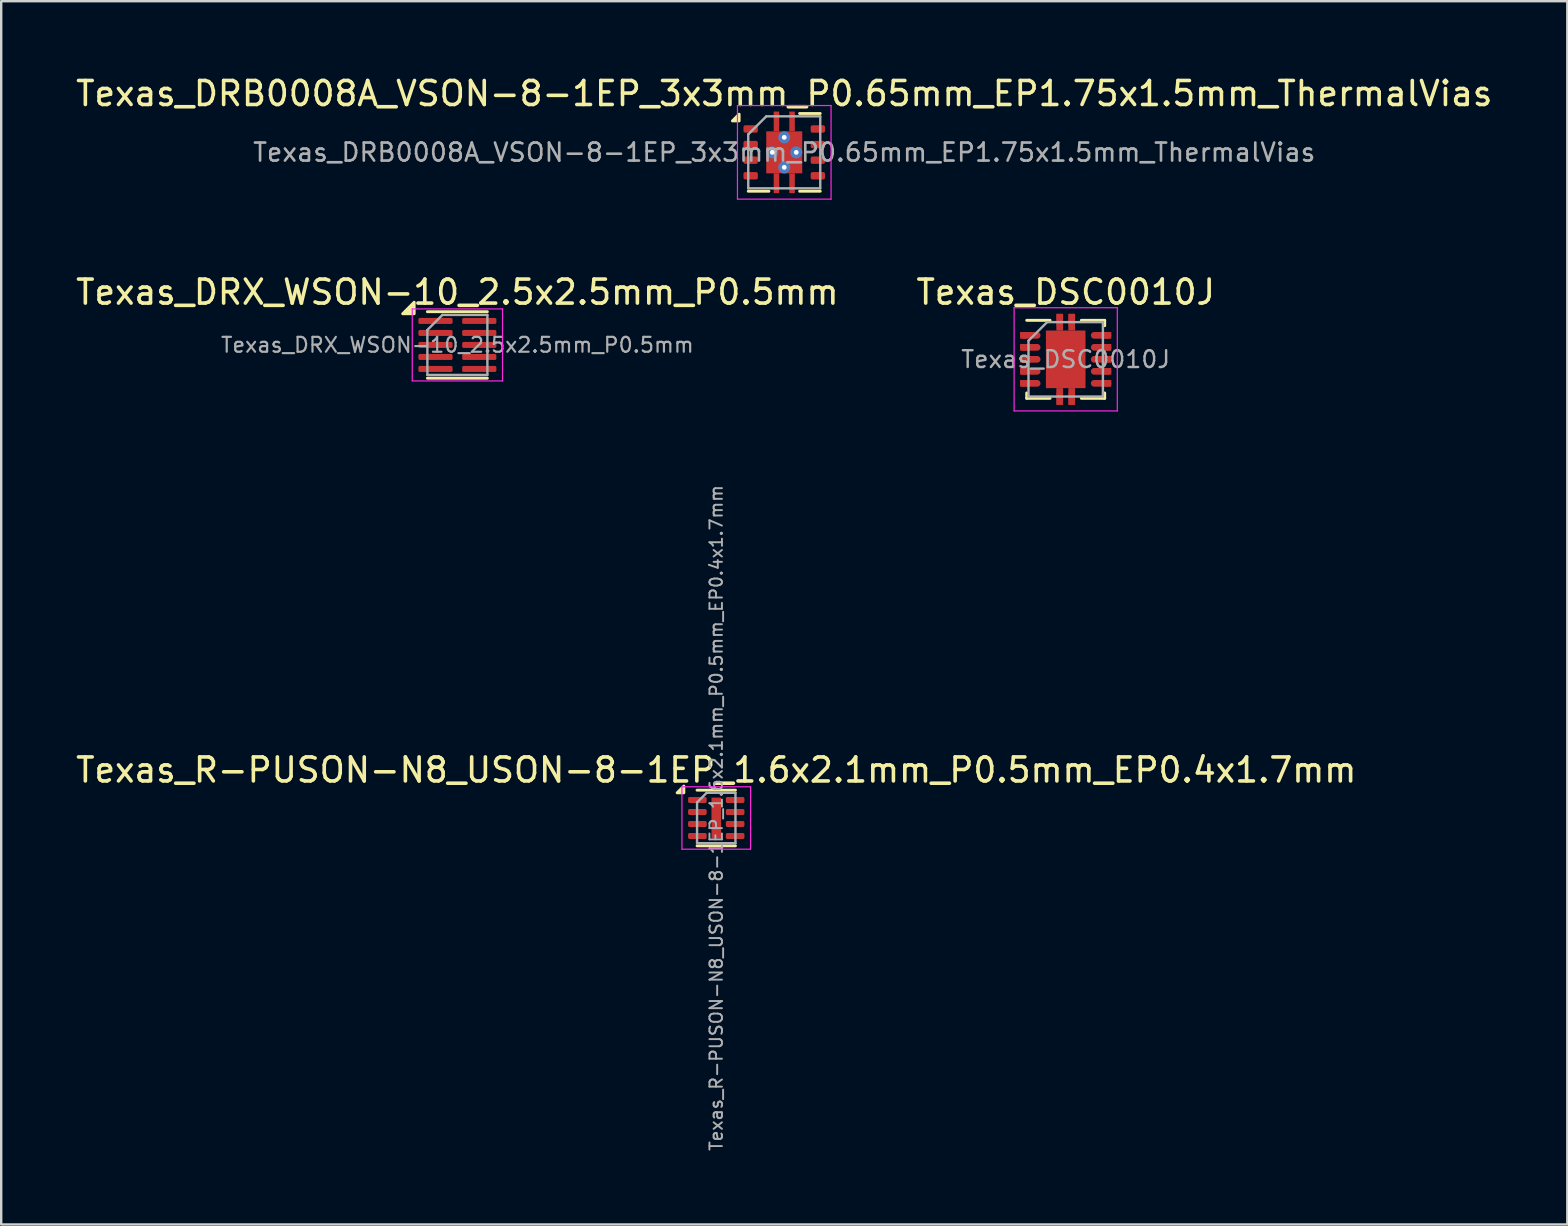
<source format=kicad_pcb>
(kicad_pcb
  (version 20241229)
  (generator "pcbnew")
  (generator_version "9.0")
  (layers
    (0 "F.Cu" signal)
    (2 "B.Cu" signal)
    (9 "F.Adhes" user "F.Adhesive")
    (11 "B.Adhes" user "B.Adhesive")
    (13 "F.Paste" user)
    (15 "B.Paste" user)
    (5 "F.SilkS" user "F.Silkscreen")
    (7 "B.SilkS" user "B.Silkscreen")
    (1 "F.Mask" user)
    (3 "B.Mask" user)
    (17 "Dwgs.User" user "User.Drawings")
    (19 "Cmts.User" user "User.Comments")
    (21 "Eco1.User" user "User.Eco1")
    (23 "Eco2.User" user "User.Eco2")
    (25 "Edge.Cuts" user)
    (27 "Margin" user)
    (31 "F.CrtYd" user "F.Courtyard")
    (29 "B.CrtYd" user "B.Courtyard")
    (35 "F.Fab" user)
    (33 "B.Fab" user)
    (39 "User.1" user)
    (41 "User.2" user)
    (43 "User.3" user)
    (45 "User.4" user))
  (footprint "Texas_DRB0008A_VSON-8-1EP_3x3mm_P0.65mm_EP1.75x1.5mm_ThermalVias"
    (layer "F.Cu")
    (at 29.625 3.298)
    (property "Reference" "Texas_DRB0008A_VSON-8-1EP_3x3mm_P0.65mm_EP1.75x1.5mm_ThermalVias" (at 0 -2.45 0) (layer "F.SilkS") (effects (font (size 1 1) (thickness 0.15))))
    (attr smd)
    (fp_line (start -0.64 1.62) (end -1.5 1.62) (stroke (width 0.12) (type solid)) (layer "F.SilkS"))
    (fp_line (start 0.64 -1.62) (end 1.5 -1.62) (stroke (width 0.12) (type solid)) (layer "F.SilkS"))
    (fp_line (start 0.64 1.62) (end 1.5 1.62) (stroke (width 0.12) (type solid)) (layer "F.SilkS"))
    (fp_poly (pts (xy -1.88 -1.31) (xy -2.16 -1.31) (xy -1.88 -1.59) (xy -1.88 -1.31)) (stroke (width 0.12) (type solid)) (fill yes) (layer "F.SilkS"))
    (fp_line (start -1.95 -1.95) (end -1.95 1.95) (stroke (width 0.05) (type solid)) (layer "F.CrtYd"))
    (fp_line (start -1.95 1.95) (end 1.95 1.95) (stroke (width 0.05) (type solid)) (layer "F.CrtYd"))
    (fp_line (start 1.95 -1.95) (end -1.95 -1.95) (stroke (width 0.05) (type solid)) (layer "F.CrtYd"))
    (fp_line (start 1.95 1.95) (end 1.95 -1.95) (stroke (width 0.05) (type solid)) (layer "F.CrtYd"))
    (fp_line (start -1.5 -0.75) (end -0.75 -1.5) (stroke (width 0.1) (type solid)) (layer "F.Fab"))
    (fp_line (start -1.5 1.5) (end -1.5 -0.75) (stroke (width 0.1) (type solid)) (layer "F.Fab"))
    (fp_line (start -0.75 -1.5) (end 1.5 -1.5) (stroke (width 0.1) (type solid)) (layer "F.Fab"))
    (fp_line (start 1.5 -1.5) (end 1.5 1.5) (stroke (width 0.1) (type solid)) (layer "F.Fab"))
    (fp_line (start 1.5 1.5) (end -1.5 1.5) (stroke (width 0.1) (type solid)) (layer "F.Fab"))
    (fp_text user "${REFERENCE}" (at 0 0 0) (layer "F.Fab") (effects (font (size 0.75 0.75) (thickness 0.11))))
    (pad "" smd rect (at -0.325 -1.337) (size 0.23 0.725) (layers "F.Paste"))
    (pad "" smd rect (at -0.325 1.337) (size 0.23 0.725) (layers "F.Paste"))
    (pad "" smd roundrect (at 0 0) (size 1.34 1.555) (layers "F.Paste") (roundrect_rratio 0.05))
    (pad "" smd rect (at 0.325 -1.337) (size 0.23 0.725) (layers "F.Paste"))
    (pad "" smd rect (at 0.325 1.337) (size 0.23 0.725) (layers "F.Paste"))
    (pad "1" smd roundrect (at -1.4 -0.975) (size 0.6 0.31) (layers "F.Cu" "F.Mask" "F.Paste") (roundrect_rratio 0.25))
    (pad "2" smd roundrect (at -1.4 -0.325) (size 0.6 0.31) (layers "F.Cu" "F.Mask" "F.Paste") (roundrect_rratio 0.25))
    (pad "3" smd roundrect (at -1.4 0.325) (size 0.6 0.31) (layers "F.Cu" "F.Mask" "F.Paste") (roundrect_rratio 0.25))
    (pad "4" smd roundrect (at -1.4 0.975) (size 0.6 0.31) (layers "F.Cu" "F.Mask" "F.Paste") (roundrect_rratio 0.25))
    (pad "5" smd roundrect (at 1.4 0.975) (size 0.6 0.31) (layers "F.Cu" "F.Mask" "F.Paste") (roundrect_rratio 0.25))
    (pad "6" smd roundrect (at 1.4 0.325) (size 0.6 0.31) (layers "F.Cu" "F.Mask" "F.Paste") (roundrect_rratio 0.25))
    (pad "7" smd roundrect (at 1.4 -0.325) (size 0.6 0.31) (layers "F.Cu" "F.Mask" "F.Paste") (roundrect_rratio 0.25))
    (pad "8" smd roundrect (at 1.4 -0.975) (size 0.6 0.31) (layers "F.Cu" "F.Mask" "F.Paste") (roundrect_rratio 0.25))
    (pad "9" thru_hole circle (at -0.5 0) (size 0.5 0.5) (drill 0.2) (layers "*.Cu" "*.Mask"))
    (pad "9" smd rect (at -0.325 -1.288 90) (size 0.825 0.23) (layers "F.Cu" "F.Mask"))
    (pad "9" smd rect (at -0.325 1.288 90) (size 0.825 0.23) (layers "F.Cu" "F.Mask"))
    (pad "9" thru_hole circle (at 0 -0.625) (size 0.5 0.5) (drill 0.2) (layers "*.Cu" "*.Mask"))
    (pad "9" smd rect (at 0 0) (size 1.5 1.75) (layers "F.Cu" "F.Mask"))
    (pad "9" thru_hole circle (at 0 0.625) (size 0.5 0.5) (drill 0.2) (layers "*.Cu" "*.Mask"))
    (pad "9" smd rect (at 0.325 -1.288 90) (size 0.825 0.23) (layers "F.Cu" "F.Mask"))
    (pad "9" smd rect (at 0.325 1.288 90) (size 0.825 0.23) (layers "F.Cu" "F.Mask"))
    (pad "9" thru_hole circle (at 0.5 0) (size 0.5 0.5) (drill 0.2) (layers "*.Cu" "*.Mask")))
  (footprint "Texas_DRX_WSON-10_2.5x2.5mm_P0.5mm"
    (layer "F.Cu")
    (at 16.006 11.322)
    (property "Reference" "Texas_DRX_WSON-10_2.5x2.5mm_P0.5mm" (at 0 -2.2 0) (layer "F.SilkS") (effects (font (size 1 1) (thickness 0.15))))
    (attr smd)
    (fp_line (start -1.25 -1.385) (end 1.25 -1.385) (stroke (width 0.12) (type solid)) (layer "F.SilkS"))
    (fp_line (start -1.25 1.385) (end 1.25 1.385) (stroke (width 0.12) (type solid)) (layer "F.SilkS"))
    (fp_poly (pts (xy -1.8 -1.3) (xy -2.28 -1.3) (xy -1.8 -1.78) (xy -1.8 -1.3)) (stroke (width 0.12) (type solid)) (fill yes) (layer "F.SilkS"))
    (fp_line (start -1.88 -1.5) (end -1.88 1.5) (stroke (width 0.05) (type solid)) (layer "F.CrtYd"))
    (fp_line (start -1.88 1.5) (end 1.88 1.5) (stroke (width 0.05) (type solid)) (layer "F.CrtYd"))
    (fp_line (start 1.88 -1.5) (end -1.88 -1.5) (stroke (width 0.05) (type solid)) (layer "F.CrtYd"))
    (fp_line (start 1.88 1.5) (end 1.88 -1.5) (stroke (width 0.05) (type solid)) (layer "F.CrtYd"))
    (fp_line (start -1.25 -0.625) (end -0.625 -1.25) (stroke (width 0.1) (type solid)) (layer "F.Fab"))
    (fp_line (start -1.25 1.25) (end -1.25 -0.625) (stroke (width 0.1) (type solid)) (layer "F.Fab"))
    (fp_line (start -0.625 -1.25) (end 1.25 -1.25) (stroke (width 0.1) (type solid)) (layer "F.Fab"))
    (fp_line (start 1.25 -1.25) (end 1.25 1.25) (stroke (width 0.1) (type solid)) (layer "F.Fab"))
    (fp_line (start 1.25 1.25) (end -1.25 1.25) (stroke (width 0.1) (type solid)) (layer "F.Fab"))
    (fp_text user "${REFERENCE}" (at 0 0 0) (layer "F.Fab") (effects (font (size 0.62 0.62) (thickness 0.09))))
    (pad "1" smd roundrect (at -0.912 -1) (size 1.425 0.25) (layers "F.Cu" "F.Mask" "F.Paste") (roundrect_rratio 0.25))
    (pad "2" smd roundrect (at -0.912 -0.5) (size 1.425 0.25) (layers "F.Cu" "F.Mask" "F.Paste") (roundrect_rratio 0.25))
    (pad "3" smd roundrect (at -0.912 0) (size 1.425 0.25) (layers "F.Cu" "F.Mask" "F.Paste") (roundrect_rratio 0.25))
    (pad "4" smd roundrect (at -0.912 0.5) (size 1.425 0.25) (layers "F.Cu" "F.Mask" "F.Paste") (roundrect_rratio 0.25))
    (pad "5" smd roundrect (at -0.912 1) (size 1.425 0.25) (layers "F.Cu" "F.Mask" "F.Paste") (roundrect_rratio 0.25))
    (pad "6" smd roundrect (at 0.912 1) (size 1.425 0.25) (layers "F.Cu" "F.Mask" "F.Paste") (roundrect_rratio 0.25))
    (pad "7" smd roundrect (at 0.912 0.5) (size 1.425 0.25) (layers "F.Cu" "F.Mask" "F.Paste") (roundrect_rratio 0.25))
    (pad "8" smd roundrect (at 0.912 0) (size 1.425 0.25) (layers "F.Cu" "F.Mask" "F.Paste") (roundrect_rratio 0.25))
    (pad "9" smd roundrect (at 0.912 -0.5) (size 1.425 0.25) (layers "F.Cu" "F.Mask" "F.Paste") (roundrect_rratio 0.25))
    (pad "10" smd roundrect (at 0.912 -1) (size 1.425 0.25) (layers "F.Cu" "F.Mask" "F.Paste") (roundrect_rratio 0.25)))
  (footprint "Texas_R-PUSON-N8_USON-8-1EP_1.6x2.1mm_P0.5mm_EP0.4x1.7mm"
    (layer "F.Cu")
    (at 26.792 31.031)
    (property "Reference" "Texas_R-PUSON-N8_USON-8-1EP_1.6x2.1mm_P0.5mm_EP0.4x1.7mm" (at 0 -2 0) (layer "F.SilkS") (effects (font (size 1 1) (thickness 0.15))))
    (attr smd)
    (fp_line (start -0.8 -1.16) (end 0.8 -1.16) (stroke (width 0.12) (type solid)) (layer "F.SilkS"))
    (fp_line (start -0.8 1.16) (end 0.8 1.16) (stroke (width 0.12) (type solid)) (layer "F.SilkS"))
    (fp_poly (pts (xy -1.35 -1.05) (xy -1.63 -1.05) (xy -1.35 -1.33) (xy -1.35 -1.05)) (stroke (width 0.12) (type solid)) (fill yes) (layer "F.SilkS"))
    (fp_line (start -1.43 -1.3) (end -1.43 1.3) (stroke (width 0.05) (type solid)) (layer "F.CrtYd"))
    (fp_line (start -1.43 1.3) (end 1.43 1.3) (stroke (width 0.05) (type solid)) (layer "F.CrtYd"))
    (fp_line (start 1.43 -1.3) (end -1.43 -1.3) (stroke (width 0.05) (type solid)) (layer "F.CrtYd"))
    (fp_line (start 1.43 1.3) (end 1.43 -1.3) (stroke (width 0.05) (type solid)) (layer "F.CrtYd"))
    (fp_line (start -0.8 -0.65) (end -0.4 -1.05) (stroke (width 0.1) (type solid)) (layer "F.Fab"))
    (fp_line (start -0.8 1.05) (end -0.8 -0.65) (stroke (width 0.1) (type solid)) (layer "F.Fab"))
    (fp_line (start -0.4 -1.05) (end 0.8 -1.05) (stroke (width 0.1) (type solid)) (layer "F.Fab"))
    (fp_line (start 0.8 -1.05) (end 0.8 1.05) (stroke (width 0.1) (type solid)) (layer "F.Fab"))
    (fp_line (start 0.8 1.05) (end -0.8 1.05) (stroke (width 0.1) (type solid)) (layer "F.Fab"))
    (fp_text user "${REFERENCE}" (at 0 0 90) (layer "F.Fab") (effects (font (size 0.52 0.52) (thickness 0.08))))
    (pad "" smd roundrect (at 0 0) (size 0.32 1.37) (layers "F.Paste") (roundrect_rratio 0.25))
    (pad "1" smd roundrect (at -0.787 -0.75) (size 0.775 0.25) (layers "F.Cu" "F.Mask" "F.Paste") (roundrect_rratio 0.25))
    (pad "2" smd roundrect (at -0.787 -0.25) (size 0.775 0.25) (layers "F.Cu" "F.Mask" "F.Paste") (roundrect_rratio 0.25))
    (pad "3" smd roundrect (at -0.787 0.25) (size 0.775 0.25) (layers "F.Cu" "F.Mask" "F.Paste") (roundrect_rratio 0.25))
    (pad "4" smd roundrect (at -0.787 0.75) (size 0.775 0.25) (layers "F.Cu" "F.Mask" "F.Paste") (roundrect_rratio 0.25))
    (pad "5" smd roundrect (at 0.787 0.75) (size 0.775 0.25) (layers "F.Cu" "F.Mask" "F.Paste") (roundrect_rratio 0.25))
    (pad "6" smd roundrect (at 0.787 0.25) (size 0.775 0.25) (layers "F.Cu" "F.Mask" "F.Paste") (roundrect_rratio 0.25))
    (pad "7" smd roundrect (at 0.787 -0.25) (size 0.775 0.25) (layers "F.Cu" "F.Mask" "F.Paste") (roundrect_rratio 0.25))
    (pad "8" smd roundrect (at 0.787 -0.75) (size 0.775 0.25) (layers "F.Cu" "F.Mask" "F.Paste") (roundrect_rratio 0.25))
    (pad "9" smd rect (at 0 0) (size 0.4 1.7) (property pad_prop_heatsink) (layers "F.Cu" "F.Mask")))
  (footprint "Texas_DSC0010J"
    (layer "F.Cu")
    (at 41.351 11.921)
    (property "Reference" "Texas_DSC0010J" (at 0 -2.8 0) (layer "F.SilkS") (effects (font (size 1 1) (thickness 0.15))))
    (attr smd)
    (fp_line (start -1.625 -1.625) (end -0.65 -1.625) (stroke (width 0.12) (type solid)) (layer "F.SilkS"))
    (fp_line (start -1.625 1.625) (end -1.625 1.4) (stroke (width 0.12) (type solid)) (layer "F.SilkS"))
    (fp_line (start -1.625 1.625) (end -0.65 1.625) (stroke (width 0.12) (type solid)) (layer "F.SilkS"))
    (fp_line (start 0.65 -1.625) (end 1.625 -1.625) (stroke (width 0.12) (type solid)) (layer "F.SilkS"))
    (fp_line (start 0.65 1.625) (end 1.625 1.625) (stroke (width 0.12) (type solid)) (layer "F.SilkS"))
    (fp_line (start 1.625 -1.4) (end 1.625 -1.625) (stroke (width 0.12) (type solid)) (layer "F.SilkS"))
    (fp_line (start 1.625 1.4) (end 1.625 1.625) (stroke (width 0.12) (type solid)) (layer "F.SilkS"))
    (fp_line (start -2.15 -2.15) (end -2.15 2.15) (stroke (width 0.05) (type solid)) (layer "F.CrtYd"))
    (fp_line (start -2.15 -2.15) (end 2.15 -2.15) (stroke (width 0.05) (type solid)) (layer "F.CrtYd"))
    (fp_line (start -2.15 2.15) (end 2.15 2.15) (stroke (width 0.05) (type solid)) (layer "F.CrtYd"))
    (fp_line (start 2.15 -2.15) (end 2.15 2.15) (stroke (width 0.05) (type solid)) (layer "F.CrtYd"))
    (fp_line (start -1.55 1.55) (end -1.55 -0.775) (stroke (width 0.1) (type solid)) (layer "F.Fab"))
    (fp_line (start -0.775 -1.55) (end -1.55 -0.775) (stroke (width 0.1) (type solid)) (layer "F.Fab"))
    (fp_line (start -0.775 -1.55) (end 1.55 -1.55) (stroke (width 0.1) (type solid)) (layer "F.Fab"))
    (fp_line (start 1.55 -1.55) (end 1.55 1.55) (stroke (width 0.1) (type solid)) (layer "F.Fab"))
    (fp_line (start 1.55 1.55) (end -1.55 1.55) (stroke (width 0.1) (type solid)) (layer "F.Fab"))
    (fp_text user "${REFERENCE}" (at 0 0 0) (layer "F.Fab") (effects (font (size 0.7 0.7) (thickness 0.1))))
    (pad "1" smd rect (at -1.76 -1) (size 0.28 0.28) (layers "F.Cu" "F.Mask" "F.Paste"))
    (pad "1" smd oval (at -1.475 -1) (size 0.85 0.28) (layers "F.Cu" "F.Mask" "F.Paste"))
    (pad "2" smd rect (at -1.76 -0.5) (size 0.28 0.28) (layers "F.Cu" "F.Mask" "F.Paste"))
    (pad "2" smd oval (at -1.475 -0.5) (size 0.85 0.28) (layers "F.Cu" "F.Mask" "F.Paste"))
    (pad "3" smd rect (at -1.76 0) (size 0.28 0.28) (layers "F.Cu" "F.Mask" "F.Paste"))
    (pad "3" smd oval (at -1.475 0) (size 0.85 0.28) (layers "F.Cu" "F.Mask" "F.Paste"))
    (pad "4" smd rect (at -1.76 0.5) (size 0.28 0.28) (layers "F.Cu" "F.Mask" "F.Paste"))
    (pad "4" smd oval (at -1.475 0.5) (size 0.85 0.28) (layers "F.Cu" "F.Mask" "F.Paste"))
    (pad "5" smd rect (at -1.76 1) (size 0.28 0.28) (layers "F.Cu" "F.Mask" "F.Paste"))
    (pad "5" smd oval (at -1.475 1) (size 0.85 0.28) (layers "F.Cu" "F.Mask" "F.Paste"))
    (pad "6" smd oval (at 1.475 1) (size 0.85 0.28) (layers "F.Cu" "F.Mask" "F.Paste"))
    (pad "6" smd rect (at 1.76 1) (size 0.28 0.28) (layers "F.Cu" "F.Mask" "F.Paste"))
    (pad "7" smd oval (at 1.475 0.5) (size 0.85 0.28) (layers "F.Cu" "F.Mask" "F.Paste"))
    (pad "7" smd rect (at 1.76 0.5) (size 0.28 0.28) (layers "F.Cu" "F.Mask" "F.Paste"))
    (pad "8" smd oval (at 1.475 0) (size 0.85 0.28) (layers "F.Cu" "F.Mask" "F.Paste"))
    (pad "8" smd rect (at 1.76 0) (size 0.28 0.28) (layers "F.Cu" "F.Mask" "F.Paste"))
    (pad "9" smd oval (at 1.475 -0.5) (size 0.85 0.28) (layers "F.Cu" "F.Mask" "F.Paste"))
    (pad "9" smd rect (at 1.76 -0.5) (size 0.28 0.28) (layers "F.Cu" "F.Mask" "F.Paste"))
    (pad "10" smd oval (at 1.475 -1) (size 0.85 0.28) (layers "F.Cu" "F.Mask" "F.Paste"))
    (pad "10" smd rect (at 1.76 -1) (size 0.28 0.28) (layers "F.Cu" "F.Mask" "F.Paste"))
    (pad "11" smd rect (at -0.45 -0.635) (size 0.68 1.05) (layers "F.Cu" "F.Mask" "F.Paste"))
    (pad "11" smd rect (at -0.45 0.635) (size 0.68 1.05) (layers "F.Cu" "F.Mask" "F.Paste"))
    (pad "11" smd rect (at -0.25 -1.63) (size 0.26 0.5) (layers "F.Cu" "F.Mask" "F.Paste"))
    (pad "11" smd rect (at -0.25 -1.55) (size 0.28 0.7) (layers "F.Cu" "F.Mask"))
    (pad "11" smd rect (at -0.25 1.55) (size 0.28 0.7) (layers "F.Cu" "F.Mask"))
    (pad "11" smd rect (at -0.25 1.63) (size 0.26 0.5) (layers "F.Cu" "F.Mask" "F.Paste"))
    (pad "11" smd rect (at 0 0) (size 1.65 2.4) (layers "F.Cu" "F.Mask"))
    (pad "11" smd rect (at 0.25 -1.63) (size 0.26 0.5) (layers "F.Cu" "F.Mask" "F.Paste"))
    (pad "11" smd rect (at 0.25 -1.55) (size 0.28 0.7) (layers "F.Cu" "F.Mask"))
    (pad "11" smd rect (at 0.25 1.55) (size 0.28 0.7) (layers "F.Cu" "F.Mask"))
    (pad "11" smd rect (at 0.25 1.63) (size 0.26 0.5) (layers "F.Cu" "F.Mask" "F.Paste"))
    (pad "11" smd rect (at 0.45 -0.635) (size 0.68 1.05) (layers "F.Cu" "F.Mask" "F.Paste"))
    (pad "11" smd rect (at 0.45 0.635) (size 0.68 1.05) (layers "F.Cu" "F.Mask" "F.Paste")))
  (gr_rect
    (start -3 -3)
    (end 62.25 47.966)
    (stroke (width 0.1) (type default))
    (fill no)
    (layer "Edge.Cuts")))
</source>
